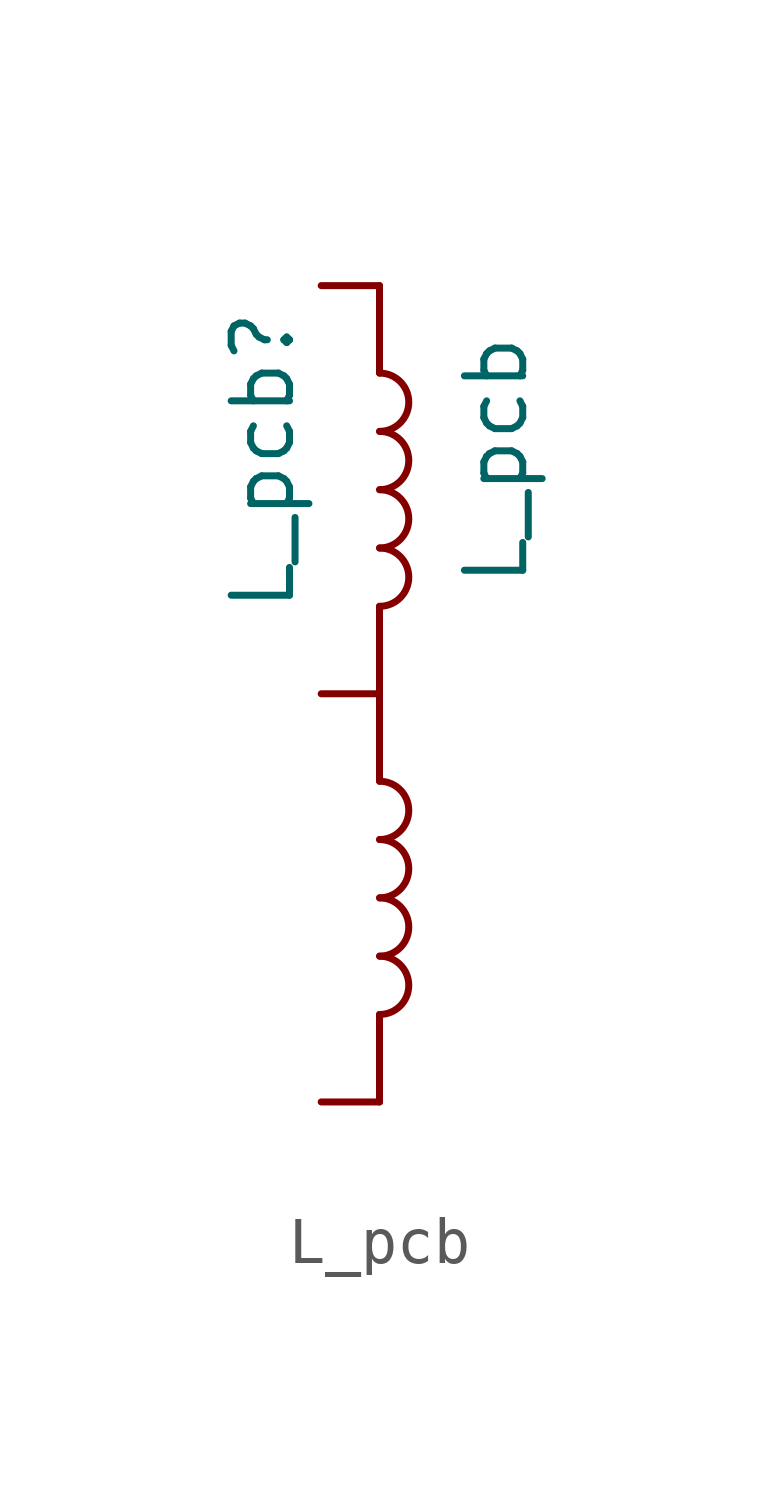
<source format=kicad_sym>
(kicad_symbol_lib
  (version 20220914)
  (generator kicad_symbol_editor)
  (symbol "L_pcb"
    (pin_numbers hide)
    (pin_names
      (offset 1.016) hide)
    (property "Reference" "L_pcb"
      (at -2.54 5.08 90)
      (effects (font (size 1.27 1.27))))
    (property "Value" "L_pcb"
      (at 2.54 5.08 90)
      (effects (font (size 1.27 1.27))))
    (symbol "L_pcb_0_1"
      (polyline (pts (xy 0 -6.985) (xy 0 -8.89)) (stroke (width 0) (type default)) (fill (type none)))
      (polyline (pts (xy 0 1.905) (xy 0 -1.905)) (stroke (width 0) (type default)) (fill (type none)))
      (polyline (pts (xy 0 8.89) (xy 0 6.985)) (stroke (width 0) (type default)) (fill (type none)))
      (arc (start 0.0027 -6.985) (mid 0.635 -6.35) (end 0.0027 -5.715) (stroke (width 0) (type default)) (fill (type none)))
      (arc (start 0.0027 -5.715) (mid 0.635 -5.08) (end 0.0027 -4.445) (stroke (width 0) (type default)) (fill (type none)))
      (arc (start 0.0027 -4.445) (mid 0.635 -3.81) (end 0.0027 -3.175) (stroke (width 0) (type default)) (fill (type none)))
      (arc (start 0.0027 -3.175) (mid 0.635 -2.54) (end 0.0027 -1.905) (stroke (width 0) (type default)) (fill (type none)))
      (arc (start 0.0027 1.905) (mid 0.635 2.54) (end 0.0027 3.175) (stroke (width 0) (type default)) (fill (type none)))
      (arc (start 0.0027 3.175) (mid 0.635 3.81) (end 0.0027 4.445) (stroke (width 0) (type default)) (fill (type none)))
      (arc (start 0.0027 4.445) (mid 0.635 5.08) (end 0.0027 5.715) (stroke (width 0) (type default)) (fill (type none)))
      (arc (start 0.0027 5.715) (mid 0.635 6.35) (end 0.0027 6.985) (stroke (width 0) (type default)) (fill (type none))))
    (symbol "L_pcb_1_1"
      (pin passive line (at -1.27 8.89 0) (length 1.27) (name "1" (effects (font (size 1.27 1.27)))) (number "1" (effects (font (size 1.27 1.27)))))
      (pin passive line (at -1.27 0 0) (length 1.27) (name "2" (effects (font (size 1.27 1.27)))) (number "2" (effects (font (size 1.27 1.27)))))
      (pin passive line (at -1.27 -8.89 0) (length 1.27) (name "3" (effects (font (size 1.27 1.27)))) (number "3" (effects (font (size 1.27 1.27))))))))
</source>
